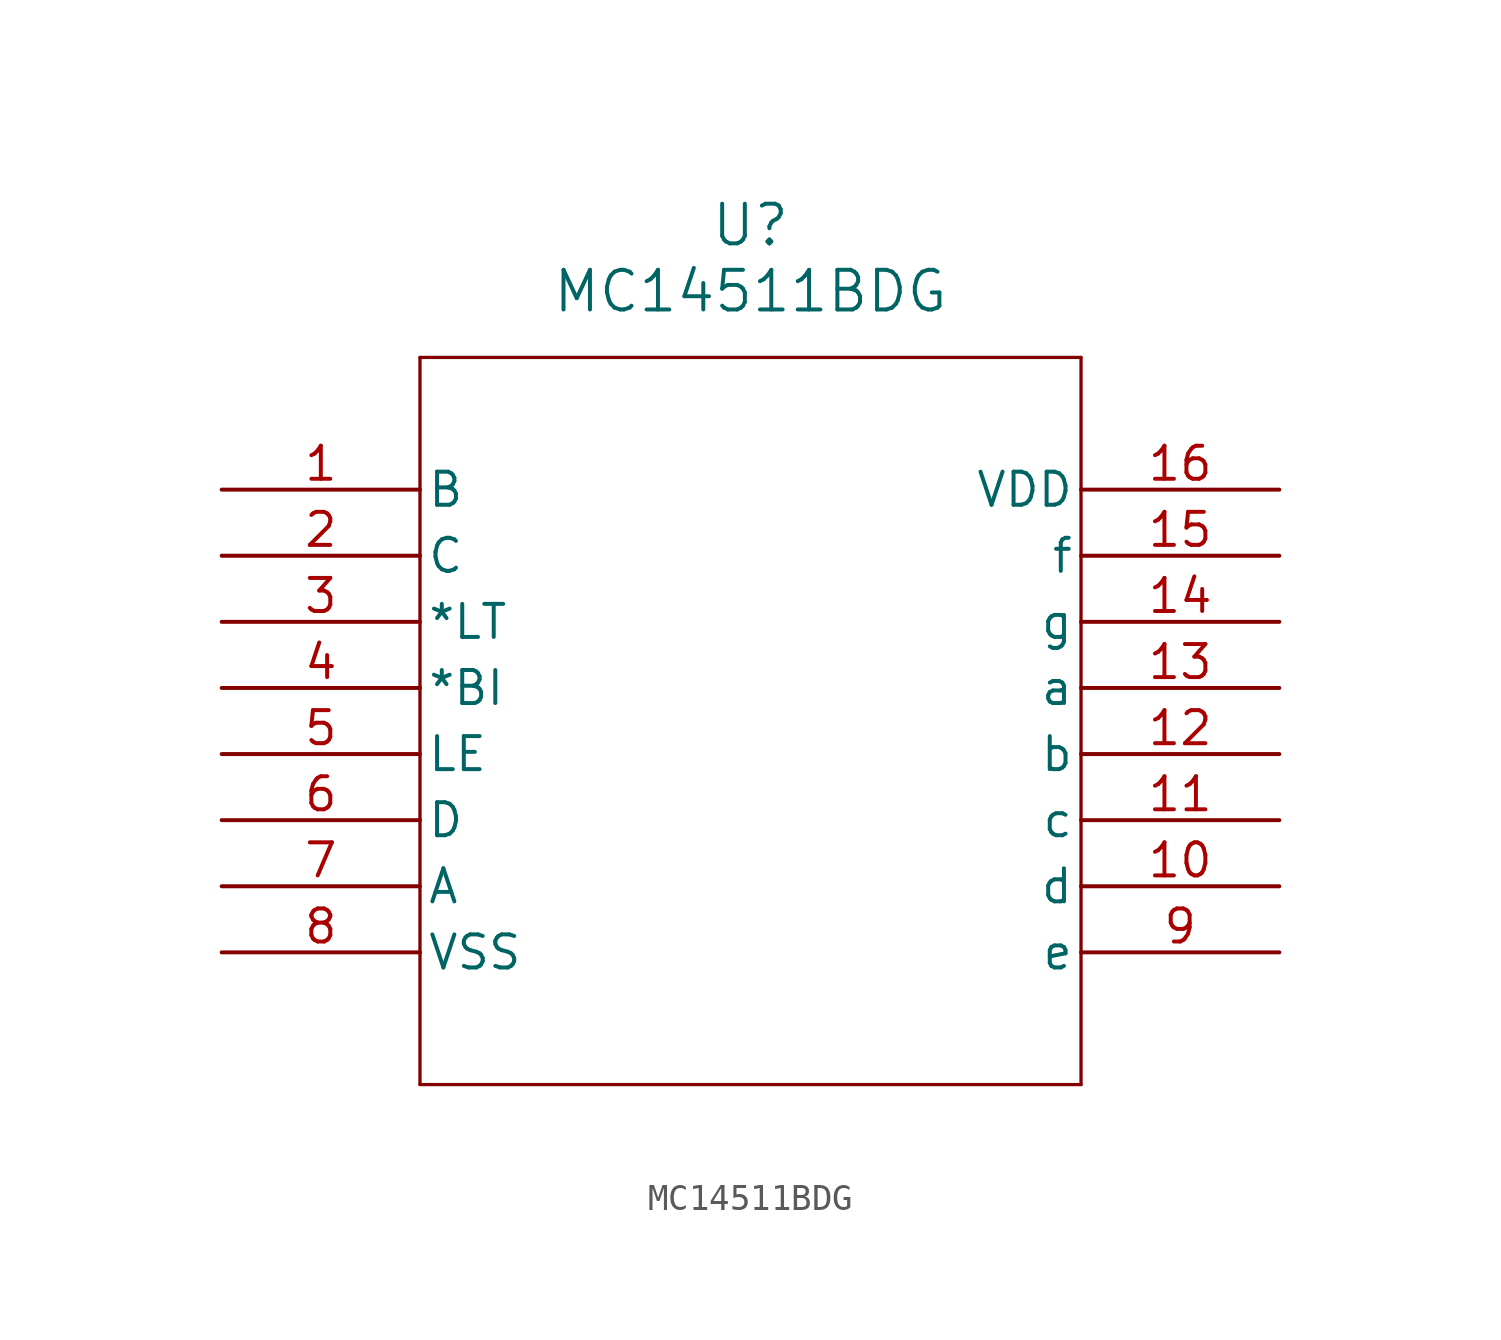
<source format=kicad_sym>
(kicad_symbol_lib
  (version 20211014)
  (generator kicad_symbol_editor)
  (symbol "MC14511BDG"
    (pin_names
      (offset 0.254))
    (property "Reference" "U"
      (at 20.32 10.16 0)
      (effects (font (size 1.524 1.524))))
    (property "Value" "MC14511BDG"
      (at 20.32 7.62 0)
      (effects (font (size 1.524 1.524))))
    (symbol "MC14511BDG_0_1"
      (polyline (pts (xy 7.62 5.08) (xy 7.62 -22.86)) (stroke (width 0.127) (type default) (color 0 0 0 0)) (fill (type none)))
      (polyline (pts (xy 7.62 -22.86) (xy 33.02 -22.86)) (stroke (width 0.127) (type default) (color 0 0 0 0)) (fill (type none)))
      (polyline (pts (xy 33.02 -22.86) (xy 33.02 5.08)) (stroke (width 0.127) (type default) (color 0 0 0 0)) (fill (type none)))
      (polyline (pts (xy 33.02 5.08) (xy 7.62 5.08)) (stroke (width 0.127) (type default) (color 0 0 0 0)) (fill (type none)))
      (pin input line (at 0 0 0) (length 7.62) (name "B" (effects (font (size 1.27 1.27)))) (number "1" (effects (font (size 1.27 1.27)))))
      (pin input line (at 0 -2.54 0) (length 7.62) (name "C" (effects (font (size 1.27 1.27)))) (number "2" (effects (font (size 1.27 1.27)))))
      (pin input line (at 0 -5.08 0) (length 7.62) (name "*LT" (effects (font (size 1.27 1.27)))) (number "3" (effects (font (size 1.27 1.27)))))
      (pin input line (at 0 -7.62 0) (length 7.62) (name "*BI" (effects (font (size 1.27 1.27)))) (number "4" (effects (font (size 1.27 1.27)))))
      (pin input line (at 0 -10.16 0) (length 7.62) (name "LE" (effects (font (size 1.27 1.27)))) (number "5" (effects (font (size 1.27 1.27)))))
      (pin input line (at 0 -12.7 0) (length 7.62) (name "D" (effects (font (size 1.27 1.27)))) (number "6" (effects (font (size 1.27 1.27)))))
      (pin input line (at 0 -15.24 0) (length 7.62) (name "A" (effects (font (size 1.27 1.27)))) (number "7" (effects (font (size 1.27 1.27)))))
      (pin power_in line (at 0 -17.78 0) (length 7.62) (name "VSS" (effects (font (size 1.27 1.27)))) (number "8" (effects (font (size 1.27 1.27)))))
      (pin output line (at 40.64 -17.78 180) (length 7.62) (name "e" (effects (font (size 1.27 1.27)))) (number "9" (effects (font (size 1.27 1.27)))))
      (pin output line (at 40.64 -15.24 180) (length 7.62) (name "d" (effects (font (size 1.27 1.27)))) (number "10" (effects (font (size 1.27 1.27)))))
      (pin output line (at 40.64 -12.7 180) (length 7.62) (name "c" (effects (font (size 1.27 1.27)))) (number "11" (effects (font (size 1.27 1.27)))))
      (pin output line (at 40.64 -10.16 180) (length 7.62) (name "b" (effects (font (size 1.27 1.27)))) (number "12" (effects (font (size 1.27 1.27)))))
      (pin output line (at 40.64 -7.62 180) (length 7.62) (name "a" (effects (font (size 1.27 1.27)))) (number "13" (effects (font (size 1.27 1.27)))))
      (pin output line (at 40.64 -5.08 180) (length 7.62) (name "g" (effects (font (size 1.27 1.27)))) (number "14" (effects (font (size 1.27 1.27)))))
      (pin output line (at 40.64 -2.54 180) (length 7.62) (name "f" (effects (font (size 1.27 1.27)))) (number "15" (effects (font (size 1.27 1.27)))))
      (pin power_in line (at 40.64 0 180) (length 7.62) (name "VDD" (effects (font (size 1.27 1.27)))) (number "16" (effects (font (size 1.27 1.27))))))))
</source>
